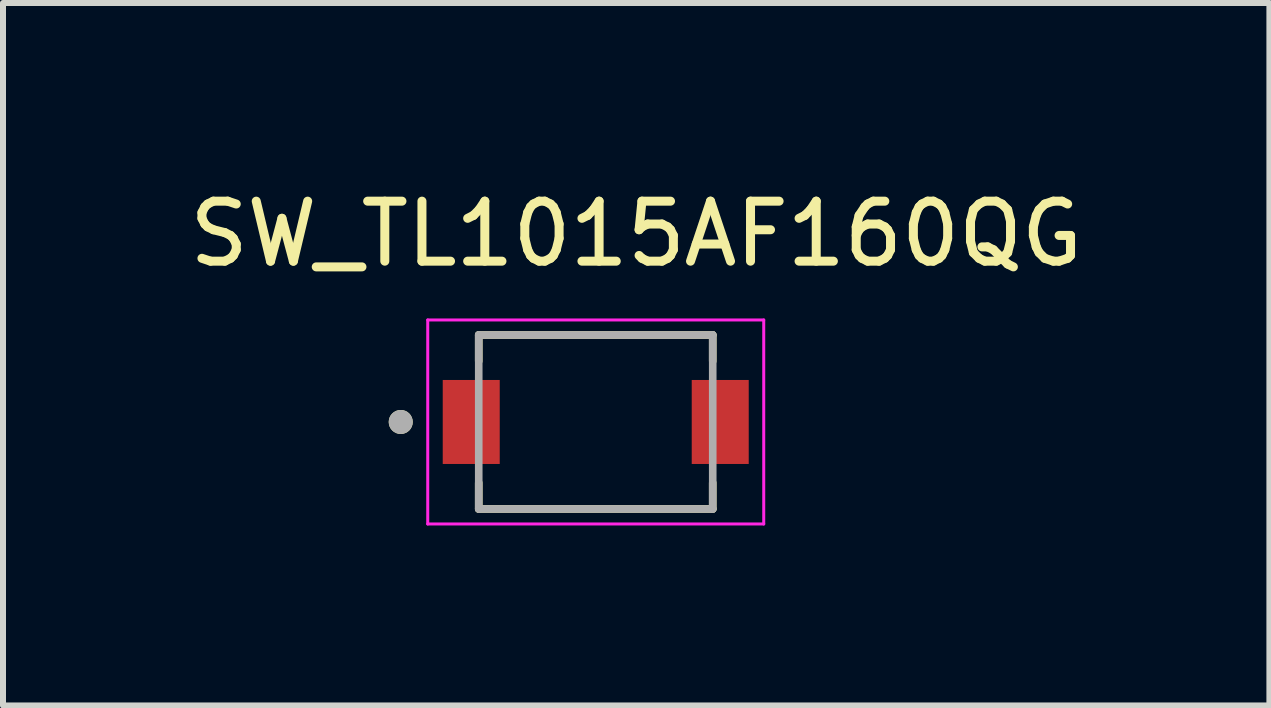
<source format=kicad_pcb>
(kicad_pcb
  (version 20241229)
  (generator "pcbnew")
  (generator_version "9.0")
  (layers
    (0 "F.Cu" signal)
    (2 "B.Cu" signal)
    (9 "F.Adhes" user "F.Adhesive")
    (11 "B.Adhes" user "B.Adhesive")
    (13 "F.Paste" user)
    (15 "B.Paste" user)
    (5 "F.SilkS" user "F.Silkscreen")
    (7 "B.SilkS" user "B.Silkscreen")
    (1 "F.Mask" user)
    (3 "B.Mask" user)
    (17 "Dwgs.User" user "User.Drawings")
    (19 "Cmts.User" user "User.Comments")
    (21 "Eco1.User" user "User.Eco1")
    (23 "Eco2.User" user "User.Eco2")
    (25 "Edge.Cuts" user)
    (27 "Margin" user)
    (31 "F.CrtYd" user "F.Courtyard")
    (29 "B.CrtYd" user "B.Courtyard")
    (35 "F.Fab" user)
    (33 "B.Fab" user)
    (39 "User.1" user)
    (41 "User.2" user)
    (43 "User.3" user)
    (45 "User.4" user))
  (footprint "SW_TL1015AF160QG"
    (layer "F.Cu")
    (at 6.879 3.983)
    (property "Reference" "SW_TL1015AF160QG" (at 0.675 -3.135 0) (layer "F.SilkS") (effects (font (size 1 1) (thickness 0.15))))
    (attr smd)
    (fp_line (start -1.95 -1.45) (end 1.95 -1.45) (stroke (width 0.127) (type solid)) (layer "F.SilkS"))
    (fp_line (start -1.95 -1.014) (end -1.95 -1.45) (stroke (width 0.127) (type solid)) (layer "F.SilkS"))
    (fp_line (start -1.95 1.45) (end -1.95 1.014) (stroke (width 0.127) (type solid)) (layer "F.SilkS"))
    (fp_line (start 1.95 -1.45) (end 1.95 -1.014) (stroke (width 0.127) (type solid)) (layer "F.SilkS"))
    (fp_line (start 1.95 1.014) (end 1.95 1.45) (stroke (width 0.127) (type solid)) (layer "F.SilkS"))
    (fp_line (start 1.95 1.45) (end -1.95 1.45) (stroke (width 0.127) (type solid)) (layer "F.SilkS"))
    (fp_circle (center -3.25 0) (end -3.15 0) (stroke (width 0.2) (type solid)) (fill no) (layer "F.SilkS"))
    (fp_line (start -2.8 -1.7) (end 2.8 -1.7) (stroke (width 0.05) (type solid)) (layer "F.CrtYd"))
    (fp_line (start -2.8 1.7) (end -2.8 -1.7) (stroke (width 0.05) (type solid)) (layer "F.CrtYd"))
    (fp_line (start 2.8 -1.7) (end 2.8 1.7) (stroke (width 0.05) (type solid)) (layer "F.CrtYd"))
    (fp_line (start 2.8 1.7) (end -2.8 1.7) (stroke (width 0.05) (type solid)) (layer "F.CrtYd"))
    (fp_line (start -1.95 -1.45) (end 1.95 -1.45) (stroke (width 0.127) (type solid)) (layer "F.Fab"))
    (fp_line (start -1.95 1.45) (end -1.95 -1.45) (stroke (width 0.127) (type solid)) (layer "F.Fab"))
    (fp_line (start 1.95 -1.45) (end 1.95 1.45) (stroke (width 0.127) (type solid)) (layer "F.Fab"))
    (fp_line (start 1.95 1.45) (end -1.95 1.45) (stroke (width 0.127) (type solid)) (layer "F.Fab"))
    (fp_circle (center -3.25 0) (end -3.15 0) (stroke (width 0.2) (type solid)) (fill no) (layer "F.Fab"))
    (pad "1" smd rect (at -2.075 0) (size 0.95 1.4) (layers "F.Cu" "F.Mask" "F.Paste"))
    (pad "2" smd rect (at 2.075 0) (size 0.95 1.4) (layers "F.Cu" "F.Mask" "F.Paste")))
  (gr_rect
    (start -3 -3)
    (end 18.107 8.708)
    (stroke (width 0.1) (type default))
    (fill no)
    (layer "Edge.Cuts")))
</source>
